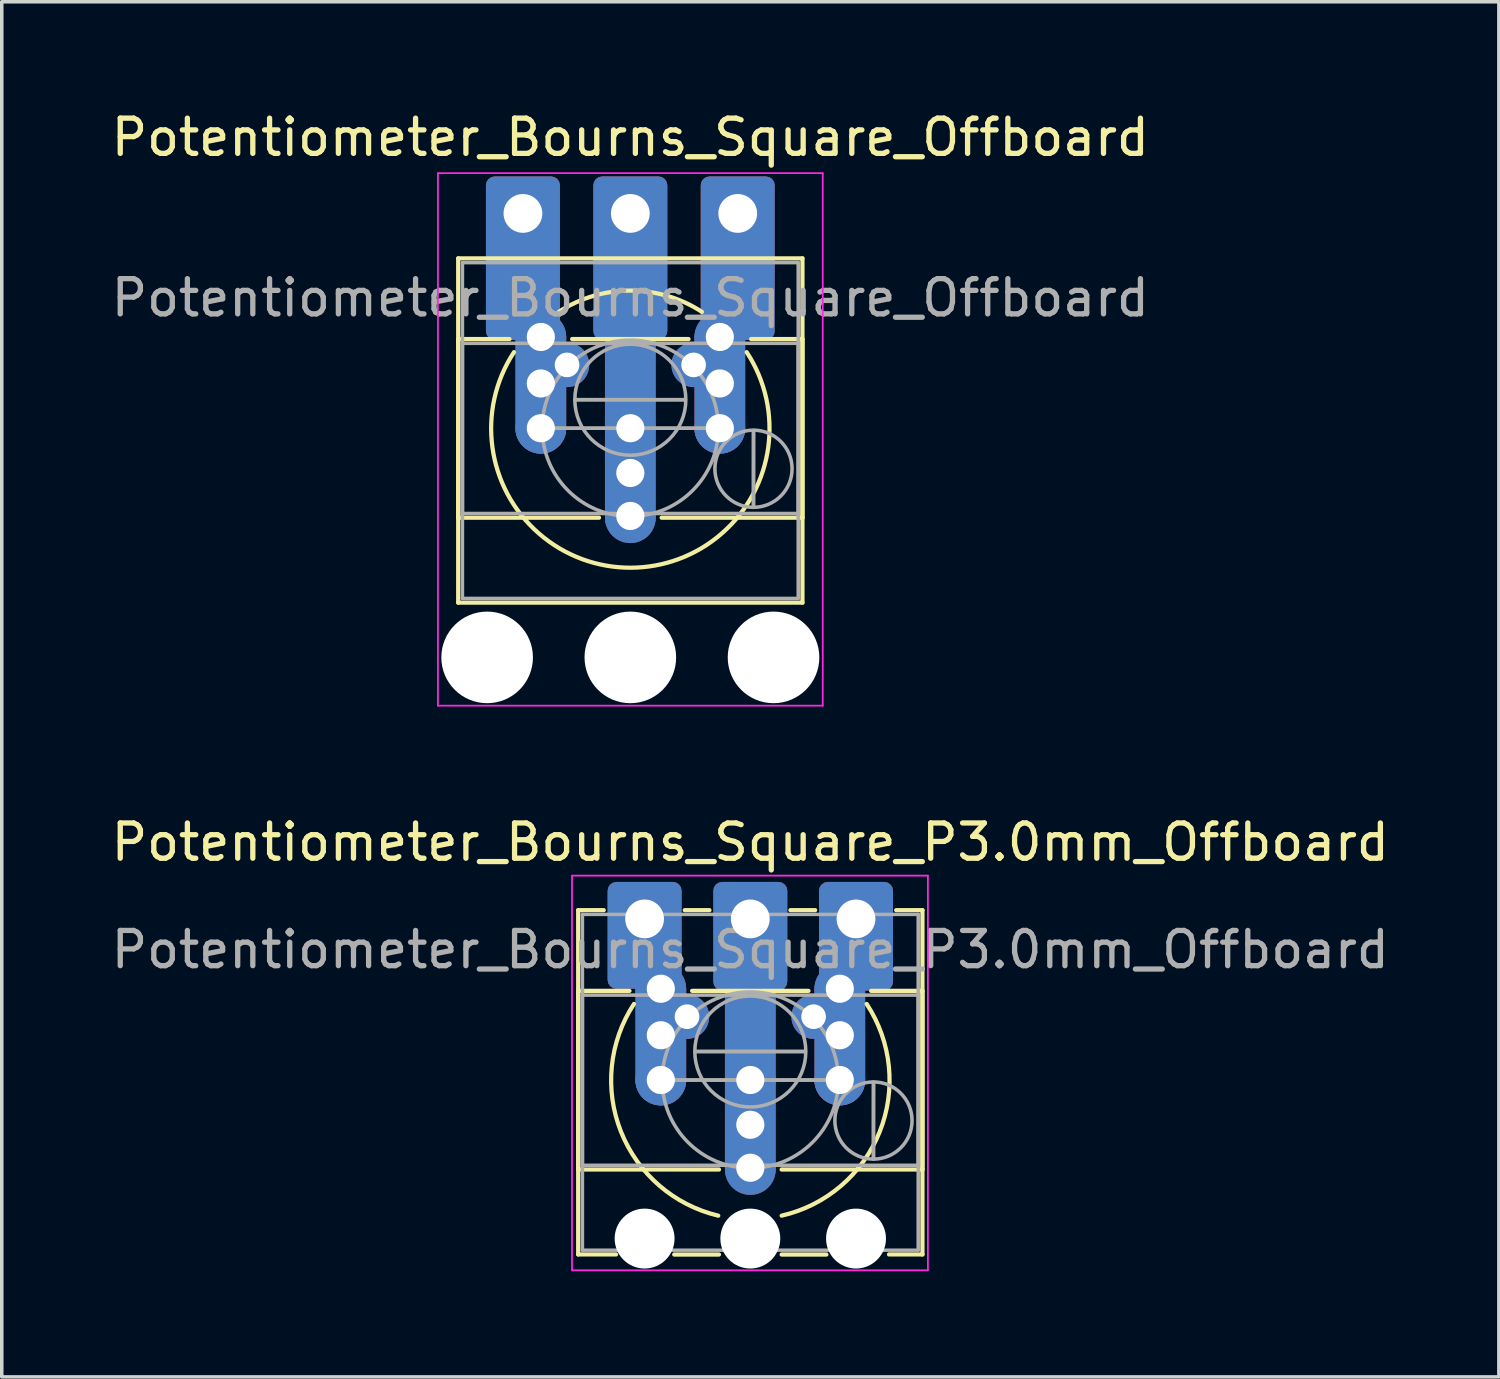
<source format=kicad_pcb>
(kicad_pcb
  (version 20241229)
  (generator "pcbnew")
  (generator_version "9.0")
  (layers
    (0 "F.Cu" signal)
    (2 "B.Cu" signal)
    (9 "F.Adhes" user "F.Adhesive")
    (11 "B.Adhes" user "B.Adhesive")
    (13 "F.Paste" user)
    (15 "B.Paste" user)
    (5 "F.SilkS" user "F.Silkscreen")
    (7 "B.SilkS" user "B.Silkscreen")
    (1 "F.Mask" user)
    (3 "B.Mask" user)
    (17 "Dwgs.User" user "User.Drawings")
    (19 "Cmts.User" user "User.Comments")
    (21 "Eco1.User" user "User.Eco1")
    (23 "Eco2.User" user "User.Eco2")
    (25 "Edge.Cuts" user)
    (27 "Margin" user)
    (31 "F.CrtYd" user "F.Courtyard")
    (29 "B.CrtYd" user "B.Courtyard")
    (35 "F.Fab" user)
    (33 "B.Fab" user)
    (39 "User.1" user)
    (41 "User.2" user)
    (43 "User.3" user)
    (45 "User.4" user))
  (footprint "Potentiometer_Bourns_Square_P3.0mm_Offboard"
    (layer "F.Cu")
    (at 20.784 27.601)
    (property "Reference" "Potentiometer_Bourns_Square_P3.0mm_Offboard" (at -2.54 -6.75 0) (layer "F.SilkS") (effects (font (size 1 1) (thickness 0.15))))
    (attr through_hole)
    (fp_rect (start -6.429 -5.461) (end -4.651 -3.683) (stroke (width 0.381) (type solid)) (fill yes) (layer "F.Mask"))
    (fp_rect (start -3.429 -5.461) (end -1.651 -3.683) (stroke (width 0.381) (type solid)) (fill yes) (layer "F.Mask"))
    (fp_rect (start -0.429 -5.461) (end 1.349 -3.683) (stroke (width 0.381) (type solid)) (fill yes) (layer "F.Mask"))
    (fp_rect (start -6.429 -5.461) (end -4.651 -3.683) (stroke (width 0.381) (type solid)) (fill yes) (layer "B.Mask"))
    (fp_rect (start -3.429 -5.461) (end -1.651 -3.683) (stroke (width 0.381) (type solid)) (fill yes) (layer "B.Mask"))
    (fp_rect (start -0.429 -5.461) (end 1.349 -3.683) (stroke (width 0.381) (type solid)) (fill yes) (layer "B.Mask"))
    (fp_line (start -7.425 -4.82) (end -7.425 4.95) (stroke (width 0.12) (type solid)) (layer "F.SilkS"))
    (fp_line (start -7.425 -2.53) (end -7.425 2.54) (stroke (width 0.12) (type solid)) (layer "F.SilkS"))
    (fp_line (start -7.425 2.54) (end -3.429 2.54) (stroke (width 0.12) (type solid)) (layer "F.SilkS"))
    (fp_line (start -6.7 -4.82) (end -7.425 -4.82) (stroke (width 0.12) (type solid)) (layer "F.SilkS"))
    (fp_line (start -6.35 4.95) (end -7.425 4.95) (stroke (width 0.12) (type solid)) (layer "F.SilkS"))
    (fp_line (start -5.969 -2.53) (end -7.425 -2.53) (stroke (width 0.12) (type solid)) (layer "F.SilkS"))
    (fp_line (start -4.191 -2.53) (end -0.889 -2.53) (stroke (width 0.12) (type solid)) (layer "F.SilkS"))
    (fp_line (start -3.7 -4.82) (end -4.4 -4.82) (stroke (width 0.12) (type solid)) (layer "F.SilkS"))
    (fp_line (start -3.429 4.953) (end -4.699 4.953) (stroke (width 0.12) (type solid)) (layer "F.SilkS"))
    (fp_line (start -0.7 -4.82) (end -1.4 -4.82) (stroke (width 0.12) (type solid)) (layer "F.SilkS"))
    (fp_line (start -0.381 4.953) (end -1.651 4.953) (stroke (width 0.12) (type solid)) (layer "F.SilkS"))
    (fp_line (start 2.345 -4.82) (end 1.6 -4.82) (stroke (width 0.12) (type solid)) (layer "F.SilkS"))
    (fp_line (start 2.345 -4.82) (end 2.345 4.95) (stroke (width 0.12) (type solid)) (layer "F.SilkS"))
    (fp_line (start 2.345 -2.53) (end 0.889 -2.53) (stroke (width 0.12) (type solid)) (layer "F.SilkS"))
    (fp_line (start 2.345 -2.53) (end 2.345 2.54) (stroke (width 0.12) (type solid)) (layer "F.SilkS"))
    (fp_line (start 2.345 2.54) (end -1.651 2.54) (stroke (width 0.12) (type solid)) (layer "F.SilkS"))
    (fp_line (start 2.345 4.95) (end 1.397 4.95) (stroke (width 0.12) (type solid)) (layer "F.SilkS"))
    (fp_arc (start -3.45 3.85) (mid -6.209762 1.467986) (end -5.842 -2.159) (stroke (width 0.12) (type solid)) (layer "F.SilkS"))
    (fp_arc (start 0.762 -2.159) (mid 1.127609 1.479601) (end -1.65 3.85) (stroke (width 0.12) (type solid)) (layer "F.SilkS"))
    (fp_line (start -7.6 -5.8) (end -7.6 5.4) (stroke (width 0.05) (type solid)) (layer "F.CrtYd"))
    (fp_line (start -7.6 5.4) (end 2.5 5.4) (stroke (width 0.05) (type solid)) (layer "F.CrtYd"))
    (fp_line (start 2.5 -5.8) (end -7.6 -5.8) (stroke (width 0.05) (type solid)) (layer "F.CrtYd"))
    (fp_line (start 2.5 5.4) (end 2.5 -5.8) (stroke (width 0.05) (type solid)) (layer "F.CrtYd"))
    (fp_line (start -7.305 -4.7) (end -7.305 4.83) (stroke (width 0.1) (type solid)) (layer "F.Fab"))
    (fp_line (start -7.305 -2.41) (end -7.305 2.42) (stroke (width 0.1) (type solid)) (layer "F.Fab"))
    (fp_line (start -7.305 2.42) (end 2.225 2.42) (stroke (width 0.1) (type solid)) (layer "F.Fab"))
    (fp_line (start -7.305 4.83) (end 2.225 4.83) (stroke (width 0.1) (type solid)) (layer "F.Fab"))
    (fp_line (start -5.016 0) (end -0.065 0) (stroke (width 0.1) (type solid)) (layer "F.Fab"))
    (fp_line (start -5.016 0) (end -0.065 0) (stroke (width 0.1) (type solid)) (layer "F.Fab"))
    (fp_line (start -4.1 -0.809) (end -0.981 -0.809) (stroke (width 0.1) (type solid)) (layer "F.Fab"))
    (fp_line (start -4.1 -0.809) (end -0.981 -0.809) (stroke (width 0.1) (type solid)) (layer "F.Fab"))
    (fp_line (start 0.955 2.235) (end 0.956 0.066) (stroke (width 0.1) (type solid)) (layer "F.Fab"))
    (fp_line (start 0.955 2.235) (end 0.956 0.066) (stroke (width 0.1) (type solid)) (layer "F.Fab"))
    (fp_line (start 2.225 -4.7) (end -7.305 -4.7) (stroke (width 0.1) (type solid)) (layer "F.Fab"))
    (fp_line (start 2.225 -2.41) (end -7.305 -2.41) (stroke (width 0.1) (type solid)) (layer "F.Fab"))
    (fp_line (start 2.225 2.42) (end 2.225 -2.41) (stroke (width 0.1) (type solid)) (layer "F.Fab"))
    (fp_line (start 2.225 4.83) (end 2.225 -4.7) (stroke (width 0.1) (type solid)) (layer "F.Fab"))
    (fp_circle (center -2.541 0) (end -2.541 2.5) (stroke (width 0.1) (type solid)) (fill no) (layer "F.Fab"))
    (fp_circle (center -2.54 -0.809) (end -2.54 0.766) (stroke (width 0.1) (type solid)) (fill no) (layer "F.Fab"))
    (fp_circle (center 0.955 1.15) (end 2.05 1.15) (stroke (width 0.1) (type solid)) (fill no) (layer "F.Fab"))
    (fp_text user "${REFERENCE}" (at -2.54 -3.7 0) (layer "F.Fab") (effects (font (size 1 1) (thickness 0.15))))
    (pad "" np_thru_hole circle (at -5.54 4.5) (size 1.7 1.7) (drill 1.7) (layers "*.Cu" "*.Mask"))
    (pad "" np_thru_hole circle (at -2.54 4.5) (size 1.7 1.7) (drill 1.7) (layers "*.Cu" "*.Mask"))
    (pad "" np_thru_hole circle (at 0.46 4.5) (size 1.7 1.7) (drill 1.7) (layers "*.Cu" "*.Mask"))
    (pad "1" thru_hole circle (at -0.744 -1.797 270) (size 1.26 1.26) (drill 0.7) (layers "*.Cu" "*.Mask"))
    (pad "1" thru_hole circle (at 0 -2.59 270) (size 1.44 1.44) (drill 0.8) (layers "*.Cu" "*.Mask"))
    (pad "1" thru_hole oval (at 0 -1.27) (size 1.44 3.98) (drill 0.8) (layers "*.Cu" "*.Mask"))
    (pad "1" thru_hole circle (at 0 0) (size 1.44 1.44) (drill 0.8) (layers "*.Cu" "*.Mask"))
    (pad "1" thru_hole roundrect (at 0.46 -4.572) (size 2.1 3.082) (drill 1.1 (offset 0 0.491)) (layers "*.Cu") (roundrect_rratio 0.119))
    (pad "2" thru_hole roundrect (at -2.54 -4.572) (size 2.1 3.082) (drill 1.1 (offset 0 0.491)) (layers "*.Cu") (roundrect_rratio 0.119))
    (pad "2" thru_hole oval (at -2.54 0) (size 1.44 3.98) (drill 0.8 (offset 0 -1.27)) (layers "*.Cu"))
    (pad "2" thru_hole oval (at -2.54 1.27) (size 1.44 3.98) (drill 0.8) (layers "*.Cu" "*.Mask"))
    (pad "2" thru_hole circle (at -2.54 2.49 270) (size 1.44 1.44) (drill 0.8) (layers "*.Cu" "*.Mask"))
    (pad "3" thru_hole roundrect (at -5.54 -4.572) (size 2.1 3.032) (drill 1.1 (offset 0 0.466)) (layers "*.Cu") (roundrect_rratio 0.119))
    (pad "3" thru_hole circle (at -5.08 -2.59 270) (size 1.44 1.44) (drill 0.8) (layers "*.Cu" "*.Mask"))
    (pad "3" thru_hole oval (at -5.08 -1.27) (size 1.44 3.98) (drill 0.8) (layers "*.Cu" "*.Mask"))
    (pad "3" thru_hole circle (at -5.08 0) (size 1.44 1.44) (drill 0.8) (layers "*.Cu" "*.Mask"))
    (pad "3" thru_hole circle (at -4.336 -1.797 270) (size 1.26 1.26) (drill 0.7) (layers "*.Cu" "*.Mask")))
  (footprint "Potentiometer_Bourns_Square_Offboard"
    (layer "F.Cu")
    (at 17.379 9.103)
    (property "Reference" "Potentiometer_Bourns_Square_Offboard" (at -2.54 -8.255 0) (layer "F.SilkS") (effects (font (size 1 1) (thickness 0.15))))
    (attr through_hole)
    (fp_rect (start -6.477 -6.985) (end -4.699 -5.207) (stroke (width 0.381) (type solid)) (fill yes) (layer "F.Mask"))
    (fp_rect (start -3.429 -6.985) (end -1.651 -5.207) (stroke (width 0.381) (type solid)) (fill yes) (layer "F.Mask"))
    (fp_rect (start -0.381 -6.985) (end 1.397 -5.207) (stroke (width 0.381) (type solid)) (fill yes) (layer "F.Mask"))
    (fp_rect (start -6.477 -6.985) (end -4.699 -5.207) (stroke (width 0.381) (type solid)) (fill yes) (layer "B.Mask"))
    (fp_rect (start -3.429 -6.985) (end -1.651 -5.207) (stroke (width 0.381) (type solid)) (fill yes) (layer "B.Mask"))
    (fp_rect (start -0.381 -6.985) (end 1.397 -5.207) (stroke (width 0.381) (type solid)) (fill yes) (layer "B.Mask"))
    (fp_line (start -7.425 -4.82) (end -7.425 4.95) (stroke (width 0.12) (type solid)) (layer "F.SilkS"))
    (fp_line (start -7.425 -2.53) (end -7.425 2.54) (stroke (width 0.12) (type solid)) (layer "F.SilkS"))
    (fp_line (start -7.425 2.54) (end -3.429 2.54) (stroke (width 0.12) (type solid)) (layer "F.SilkS"))
    (fp_line (start -5.969 -2.53) (end -7.425 -2.53) (stroke (width 0.12) (type solid)) (layer "F.SilkS"))
    (fp_line (start -4.191 -2.53) (end -0.889 -2.53) (stroke (width 0.12) (type solid)) (layer "F.SilkS"))
    (fp_line (start 2.345 -4.82) (end -7.425 -4.82) (stroke (width 0.12) (type solid)) (layer "F.SilkS"))
    (fp_line (start 2.345 -4.82) (end 2.345 4.95) (stroke (width 0.12) (type solid)) (layer "F.SilkS"))
    (fp_line (start 2.345 -2.53) (end 0.889 -2.53) (stroke (width 0.12) (type solid)) (layer "F.SilkS"))
    (fp_line (start 2.345 -2.53) (end 2.345 2.54) (stroke (width 0.12) (type solid)) (layer "F.SilkS"))
    (fp_line (start 2.345 2.54) (end -1.651 2.54) (stroke (width 0.12) (type solid)) (layer "F.SilkS"))
    (fp_line (start 2.345 4.95) (end -7.425 4.95) (stroke (width 0.12) (type solid)) (layer "F.SilkS"))
    (fp_arc (start -4.572 -3.302) (mid -2.54 -3.905989) (end -0.508 -3.302) (stroke (width 0.12) (type solid)) (layer "F.SilkS"))
    (fp_arc (start 0.762 -2.159) (mid -2.54 3.958958) (end -5.842 -2.159) (stroke (width 0.12) (type solid)) (layer "F.SilkS"))
    (fp_line (start -8.001 -7.239) (end -8.001 7.874) (stroke (width 0.05) (type solid)) (layer "F.CrtYd"))
    (fp_line (start -8.001 7.874) (end 2.921 7.874) (stroke (width 0.05) (type solid)) (layer "F.CrtYd"))
    (fp_line (start 2.921 -7.239) (end -8.001 -7.239) (stroke (width 0.05) (type solid)) (layer "F.CrtYd"))
    (fp_line (start 2.921 7.874) (end 2.921 -7.239) (stroke (width 0.05) (type solid)) (layer "F.CrtYd"))
    (fp_line (start -7.305 -4.7) (end -7.305 4.83) (stroke (width 0.1) (type solid)) (layer "F.Fab"))
    (fp_line (start -7.305 -2.41) (end -7.305 2.42) (stroke (width 0.1) (type solid)) (layer "F.Fab"))
    (fp_line (start -7.305 2.42) (end 2.225 2.42) (stroke (width 0.1) (type solid)) (layer "F.Fab"))
    (fp_line (start -7.305 4.83) (end 2.225 4.83) (stroke (width 0.1) (type solid)) (layer "F.Fab"))
    (fp_line (start -5.016 0) (end -0.065 0) (stroke (width 0.1) (type solid)) (layer "F.Fab"))
    (fp_line (start -5.016 0) (end -0.065 0) (stroke (width 0.1) (type solid)) (layer "F.Fab"))
    (fp_line (start -4.1 -0.809) (end -0.981 -0.809) (stroke (width 0.1) (type solid)) (layer "F.Fab"))
    (fp_line (start -4.1 -0.809) (end -0.981 -0.809) (stroke (width 0.1) (type solid)) (layer "F.Fab"))
    (fp_line (start 0.955 2.235) (end 0.956 0.066) (stroke (width 0.1) (type solid)) (layer "F.Fab"))
    (fp_line (start 0.955 2.235) (end 0.956 0.066) (stroke (width 0.1) (type solid)) (layer "F.Fab"))
    (fp_line (start 2.225 -4.7) (end -7.305 -4.7) (stroke (width 0.1) (type solid)) (layer "F.Fab"))
    (fp_line (start 2.225 -2.41) (end -7.305 -2.41) (stroke (width 0.1) (type solid)) (layer "F.Fab"))
    (fp_line (start 2.225 2.42) (end 2.225 -2.41) (stroke (width 0.1) (type solid)) (layer "F.Fab"))
    (fp_line (start 2.225 4.83) (end 2.225 -4.7) (stroke (width 0.1) (type solid)) (layer "F.Fab"))
    (fp_circle (center -2.541 0) (end -2.541 2.5) (stroke (width 0.1) (type solid)) (fill no) (layer "F.Fab"))
    (fp_circle (center -2.54 -0.809) (end -2.54 0.766) (stroke (width 0.1) (type solid)) (fill no) (layer "F.Fab"))
    (fp_circle (center 0.955 1.15) (end 2.05 1.15) (stroke (width 0.1) (type solid)) (fill no) (layer "F.Fab"))
    (fp_text user "${REFERENCE}" (at -2.54 -3.7 0) (layer "F.Fab") (effects (font (size 1 1) (thickness 0.15))))
    (pad "" np_thru_hole circle (at -6.604 6.504) (size 2.6 2.6) (drill 2.6) (layers "*.Cu" "*.Mask"))
    (pad "" np_thru_hole circle (at -2.54 6.504) (size 2.6 2.6) (drill 2.6) (layers "*.Cu" "*.Mask"))
    (pad "" np_thru_hole circle (at 1.524 6.504) (size 2.6 2.6) (drill 2.6) (layers "*.Cu" "*.Mask"))
    (pad "1" thru_hole circle (at -0.744 -1.797 270) (size 1.26 1.26) (drill 0.7) (layers "*.Cu" "*.Mask"))
    (pad "1" thru_hole circle (at 0 -2.59 270) (size 1.44 1.44) (drill 0.8) (layers "*.Cu" "*.Mask"))
    (pad "1" thru_hole oval (at 0 -1.27) (size 1.44 3.98) (drill 0.8) (layers "*.Cu" "*.Mask"))
    (pad "1" thru_hole circle (at 0 0) (size 1.44 1.44) (drill 0.8) (layers "*.Cu" "*.Mask"))
    (pad "1" thru_hole roundrect (at 0.508 -6.096) (size 2.1 4.64) (drill 1.1 (offset 0 1.27)) (layers "*.Cu") (roundrect_rratio 0.119))
    (pad "2" thru_hole roundrect (at -2.54 -6.096) (size 2.1 4.64) (drill 1.1 (offset 0 1.27)) (layers "*.Cu") (roundrect_rratio 0.119))
    (pad "2" thru_hole oval (at -2.54 0) (size 1.44 3.98) (drill 0.8 (offset 0 -1.27)) (layers "*.Cu"))
    (pad "2" thru_hole oval (at -2.54 1.27) (size 1.44 3.98) (drill 0.8) (layers "*.Cu" "*.Mask"))
    (pad "2" thru_hole circle (at -2.54 2.49 270) (size 1.44 1.44) (drill 0.8) (layers "*.Cu" "*.Mask"))
    (pad "3" thru_hole roundrect (at -5.588 -6.096) (size 2.1 4.64) (drill 1.1 (offset 0 1.27)) (layers "*.Cu") (roundrect_rratio 0.119))
    (pad "3" thru_hole circle (at -5.08 -2.59 270) (size 1.44 1.44) (drill 0.8) (layers "*.Cu" "*.Mask"))
    (pad "3" thru_hole oval (at -5.08 -1.27) (size 1.44 3.98) (drill 0.8) (layers "*.Cu" "*.Mask"))
    (pad "3" thru_hole circle (at -5.08 0) (size 1.44 1.44) (drill 0.8) (layers "*.Cu" "*.Mask"))
    (pad "3" thru_hole circle (at -4.336 -1.797 270) (size 1.26 1.26) (drill 0.7) (layers "*.Cu" "*.Mask")))
  (gr_rect
    (start -3 -3)
    (end 39.488 36.026)
    (stroke (width 0.1) (type default))
    (fill no)
    (layer "Edge.Cuts")))
</source>
